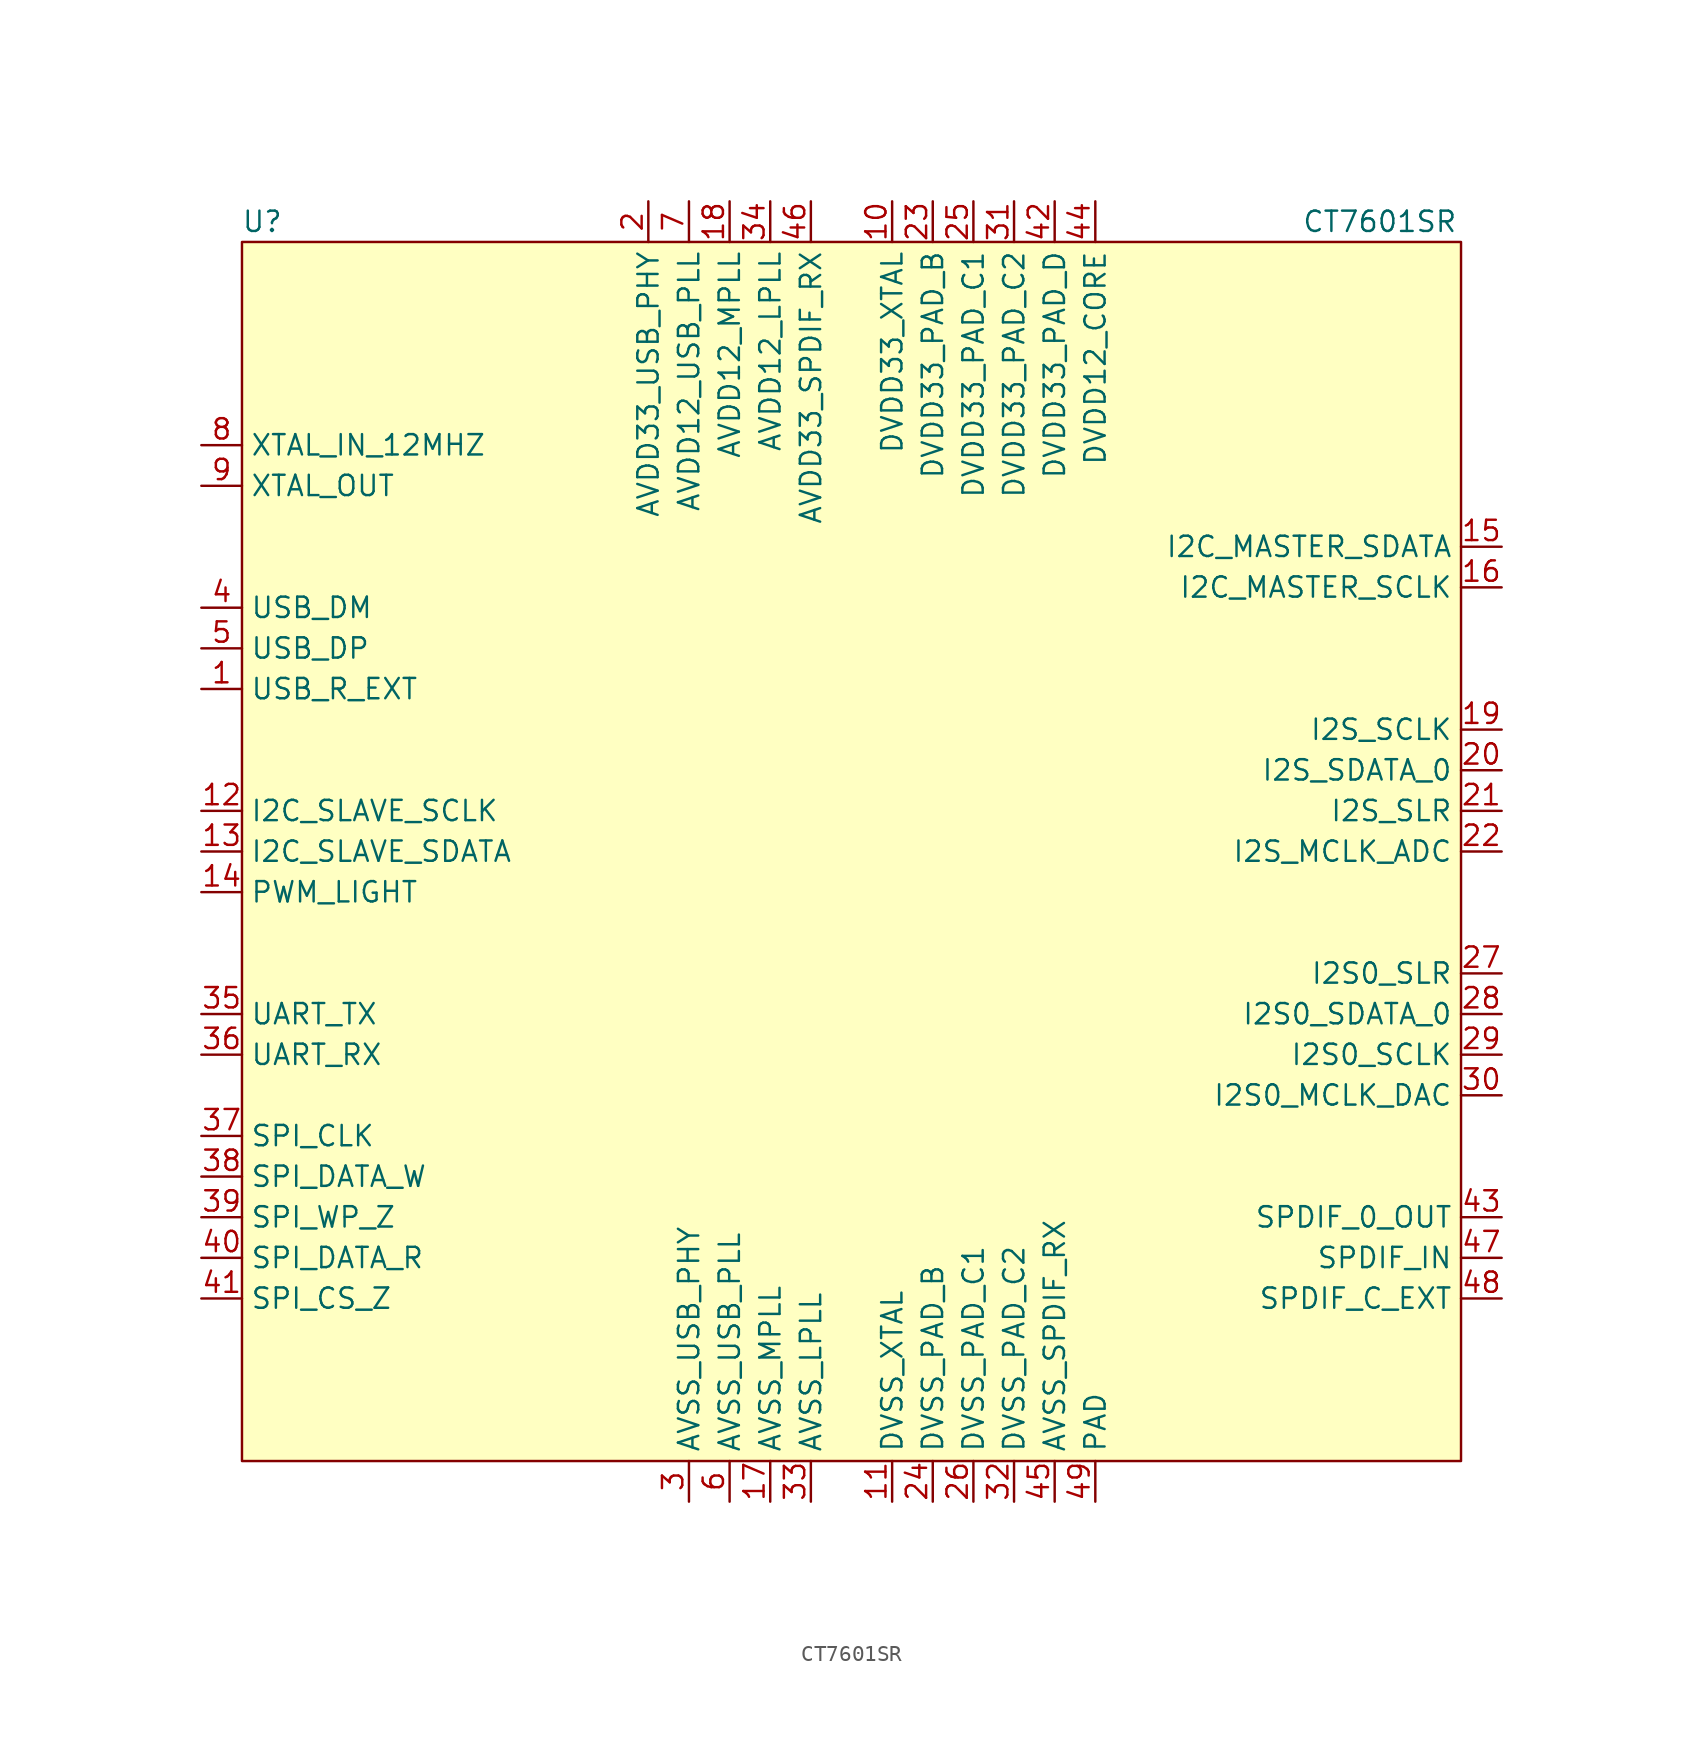
<source format=kicad_sym>
(kicad_symbol_lib
  (version 20241209)
  (generator "kicad_symbol_editor")
  (generator_version "9.0")
  (symbol "CT7601SR"
    (property "Reference" "U"
      (at -36.83 39.37 0)
      (effects (font (size 1.27 1.27))))
    (property "Value" "CT7601SR"
      (at 33.02 39.37 0)
      (effects (font (size 1.27 1.27))))
    (symbol "CT7601SR_1_1"
      (rectangle (start -38.1 38.1) (end 38.1 -38.1) (stroke (width 0) (type default)) (fill (type background)))
      (pin input line (at -40.64 25.4 0) (length 2.54) (name "XTAL_IN_12MHZ" (effects (font (size 1.27 1.27)))) (number "8" (effects (font (size 1.27 1.27)))))
      (pin output line (at -40.64 22.86 0) (length 2.54) (name "XTAL_OUT" (effects (font (size 1.27 1.27)))) (number "9" (effects (font (size 1.27 1.27)))))
      (pin bidirectional line (at -40.64 15.24 0) (length 2.54) (name "USB_DM" (effects (font (size 1.27 1.27)))) (number "4" (effects (font (size 1.27 1.27)))))
      (pin bidirectional line (at -40.64 12.7 0) (length 2.54) (name "USB_DP" (effects (font (size 1.27 1.27)))) (number "5" (effects (font (size 1.27 1.27)))))
      (pin passive line (at -40.64 10.16 0) (length 2.54) (name "USB_R_EXT" (effects (font (size 1.27 1.27)))) (number "1" (effects (font (size 1.27 1.27)))))
      (pin bidirectional line (at -40.64 2.54 0) (length 2.54) (name "I2C_SLAVE_SCLK" (effects (font (size 1.27 1.27)))) (number "12" (effects (font (size 1.27 1.27)))) (alternate "GPIO_A0" bidirectional line))
      (pin bidirectional line (at -40.64 0 0) (length 2.54) (name "I2C_SLAVE_SDATA" (effects (font (size 1.27 1.27)))) (number "13" (effects (font (size 1.27 1.27)))) (alternate "GPIO_A1" bidirectional line))
      (pin bidirectional line (at -40.64 -2.54 0) (length 2.54) (name "PWM_LIGHT" (effects (font (size 1.27 1.27)))) (number "14" (effects (font (size 1.27 1.27)))) (alternate "GPIO_A2" bidirectional line))
      (pin bidirectional line (at -40.64 -10.16 0) (length 2.54) (name "UART_TX" (effects (font (size 1.27 1.27)))) (number "35" (effects (font (size 1.27 1.27)))) (alternate "GPIO_A6" bidirectional line))
      (pin bidirectional line (at -40.64 -12.7 0) (length 2.54) (name "UART_RX" (effects (font (size 1.27 1.27)))) (number "36" (effects (font (size 1.27 1.27)))) (alternate "GPIO_A7" bidirectional line))
      (pin bidirectional line (at -40.64 -17.78 0) (length 2.54) (name "SPI_CLK" (effects (font (size 1.27 1.27)))) (number "37" (effects (font (size 1.27 1.27)))) (alternate "POR_0" bidirectional line))
      (pin bidirectional line (at -40.64 -20.32 0) (length 2.54) (name "SPI_DATA_W" (effects (font (size 1.27 1.27)))) (number "38" (effects (font (size 1.27 1.27)))) (alternate "POR_1" bidirectional line))
      (pin bidirectional line (at -40.64 -22.86 0) (length 2.54) (name "SPI_WP_Z" (effects (font (size 1.27 1.27)))) (number "39" (effects (font (size 1.27 1.27)))) (alternate "POR_2" bidirectional line))
      (pin bidirectional line (at -40.64 -25.4 0) (length 2.54) (name "SPI_DATA_R" (effects (font (size 1.27 1.27)))) (number "40" (effects (font (size 1.27 1.27)))))
      (pin bidirectional line (at -40.64 -27.94 0) (length 2.54) (name "SPI_CS_Z" (effects (font (size 1.27 1.27)))) (number "41" (effects (font (size 1.27 1.27)))) (alternate "POR_3" bidirectional line))
      (pin power_in line (at -12.7 40.64 270) (length 2.54) (name "AVDD33_USB_PHY" (effects (font (size 1.27 1.27)))) (number "2" (effects (font (size 1.27 1.27)))))
      (pin power_in line (at -10.16 40.64 270) (length 2.54) (name "AVDD12_USB_PLL" (effects (font (size 1.27 1.27)))) (number "7" (effects (font (size 1.27 1.27)))))
      (pin power_in line (at -10.16 -40.64 90) (length 2.54) (name "AVSS_USB_PHY" (effects (font (size 1.27 1.27)))) (number "3" (effects (font (size 1.27 1.27)))))
      (pin power_in line (at -7.62 40.64 270) (length 2.54) (name "AVDD12_MPLL" (effects (font (size 1.27 1.27)))) (number "18" (effects (font (size 1.27 1.27)))))
      (pin power_in line (at -7.62 -40.64 90) (length 2.54) (name "AVSS_USB_PLL" (effects (font (size 1.27 1.27)))) (number "6" (effects (font (size 1.27 1.27)))))
      (pin power_in line (at -5.08 40.64 270) (length 2.54) (name "AVDD12_LPLL" (effects (font (size 1.27 1.27)))) (number "34" (effects (font (size 1.27 1.27)))))
      (pin power_in line (at -5.08 -40.64 90) (length 2.54) (name "AVSS_MPLL" (effects (font (size 1.27 1.27)))) (number "17" (effects (font (size 1.27 1.27)))))
      (pin power_in line (at -2.54 40.64 270) (length 2.54) (name "AVDD33_SPDIF_RX" (effects (font (size 1.27 1.27)))) (number "46" (effects (font (size 1.27 1.27)))))
      (pin power_in line (at -2.54 -40.64 90) (length 2.54) (name "AVSS_LPLL" (effects (font (size 1.27 1.27)))) (number "33" (effects (font (size 1.27 1.27)))))
      (pin power_in line (at 2.54 40.64 270) (length 2.54) (name "DVDD33_XTAL" (effects (font (size 1.27 1.27)))) (number "10" (effects (font (size 1.27 1.27)))))
      (pin power_in line (at 2.54 -40.64 90) (length 2.54) (name "DVSS_XTAL" (effects (font (size 1.27 1.27)))) (number "11" (effects (font (size 1.27 1.27)))))
      (pin power_in line (at 5.08 40.64 270) (length 2.54) (name "DVDD33_PAD_B" (effects (font (size 1.27 1.27)))) (number "23" (effects (font (size 1.27 1.27)))))
      (pin power_in line (at 5.08 -40.64 90) (length 2.54) (name "DVSS_PAD_B" (effects (font (size 1.27 1.27)))) (number "24" (effects (font (size 1.27 1.27)))))
      (pin power_in line (at 7.62 40.64 270) (length 2.54) (name "DVDD33_PAD_C1" (effects (font (size 1.27 1.27)))) (number "25" (effects (font (size 1.27 1.27)))))
      (pin power_in line (at 7.62 -40.64 90) (length 2.54) (name "DVSS_PAD_C1" (effects (font (size 1.27 1.27)))) (number "26" (effects (font (size 1.27 1.27)))))
      (pin power_in line (at 10.16 40.64 270) (length 2.54) (name "DVDD33_PAD_C2" (effects (font (size 1.27 1.27)))) (number "31" (effects (font (size 1.27 1.27)))))
      (pin power_in line (at 10.16 -40.64 90) (length 2.54) (name "DVSS_PAD_C2" (effects (font (size 1.27 1.27)))) (number "32" (effects (font (size 1.27 1.27)))))
      (pin power_in line (at 12.7 40.64 270) (length 2.54) (name "DVDD33_PAD_D" (effects (font (size 1.27 1.27)))) (number "42" (effects (font (size 1.27 1.27)))))
      (pin power_in line (at 12.7 -40.64 90) (length 2.54) (name "AVSS_SPDIF_RX" (effects (font (size 1.27 1.27)))) (number "45" (effects (font (size 1.27 1.27)))))
      (pin power_in line (at 15.24 40.64 270) (length 2.54) (name "DVDD12_CORE" (effects (font (size 1.27 1.27)))) (number "44" (effects (font (size 1.27 1.27)))))
      (pin passive line (at 15.24 -40.64 90) (length 2.54) (name "PAD" (effects (font (size 1.27 1.27)))) (number "49" (effects (font (size 1.27 1.27)))))
      (pin bidirectional line (at 40.64 19.05 180) (length 2.54) (name "I2C_MASTER_SDATA" (effects (font (size 1.27 1.27)))) (number "15" (effects (font (size 1.27 1.27)))) (alternate "GPIO_A3" bidirectional line))
      (pin bidirectional line (at 40.64 16.51 180) (length 2.54) (name "I2C_MASTER_SCLK" (effects (font (size 1.27 1.27)))) (number "16" (effects (font (size 1.27 1.27)))) (alternate "GPIO_A4" bidirectional line))
      (pin bidirectional line (at 40.64 7.62 180) (length 2.54) (name "I2S_SCLK" (effects (font (size 1.27 1.27)))) (number "19" (effects (font (size 1.27 1.27)))) (alternate "DSD_SCLK_IN" bidirectional line))
      (pin bidirectional line (at 40.64 5.08 180) (length 2.54) (name "I2S_SDATA_0" (effects (font (size 1.27 1.27)))) (number "20" (effects (font (size 1.27 1.27)))) (alternate "DSD_RIGHT_SDATA_IN" bidirectional line))
      (pin bidirectional line (at 40.64 2.54 180) (length 2.54) (name "I2S_SLR" (effects (font (size 1.27 1.27)))) (number "21" (effects (font (size 1.27 1.27)))) (alternate "DSD_LEFT_SDATA_IN" bidirectional line))
      (pin bidirectional line (at 40.64 0 180) (length 2.54) (name "I2S_MCLK_ADC" (effects (font (size 1.27 1.27)))) (number "22" (effects (font (size 1.27 1.27)))) (alternate "GPIO_A5" bidirectional line))
      (pin output line (at 40.64 -7.62 180) (length 2.54) (name "I2S0_SLR" (effects (font (size 1.27 1.27)))) (number "27" (effects (font (size 1.27 1.27)))) (alternate "DSD0_LEFT_SDATA_OUT" output line))
      (pin output line (at 40.64 -10.16 180) (length 2.54) (name "I2S0_SDATA_0" (effects (font (size 1.27 1.27)))) (number "28" (effects (font (size 1.27 1.27)))) (alternate "DSD0_RIGHT_SDATA_OUT" output line))
      (pin output line (at 40.64 -12.7 180) (length 2.54) (name "I2S0_SCLK" (effects (font (size 1.27 1.27)))) (number "29" (effects (font (size 1.27 1.27)))) (alternate "DSD0_SCLK_OUT" output line))
      (pin output line (at 40.64 -15.24 180) (length 2.54) (name "I2S0_MCLK_DAC" (effects (font (size 1.27 1.27)))) (number "30" (effects (font (size 1.27 1.27)))))
      (pin output line (at 40.64 -22.86 180) (length 2.54) (name "SPDIF_0_OUT" (effects (font (size 1.27 1.27)))) (number "43" (effects (font (size 1.27 1.27)))))
      (pin input line (at 40.64 -25.4 180) (length 2.54) (name "SPDIF_IN" (effects (font (size 1.27 1.27)))) (number "47" (effects (font (size 1.27 1.27)))))
      (pin input line (at 40.64 -27.94 180) (length 2.54) (name "SPDIF_C_EXT" (effects (font (size 1.27 1.27)))) (number "48" (effects (font (size 1.27 1.27))))))))
</source>
